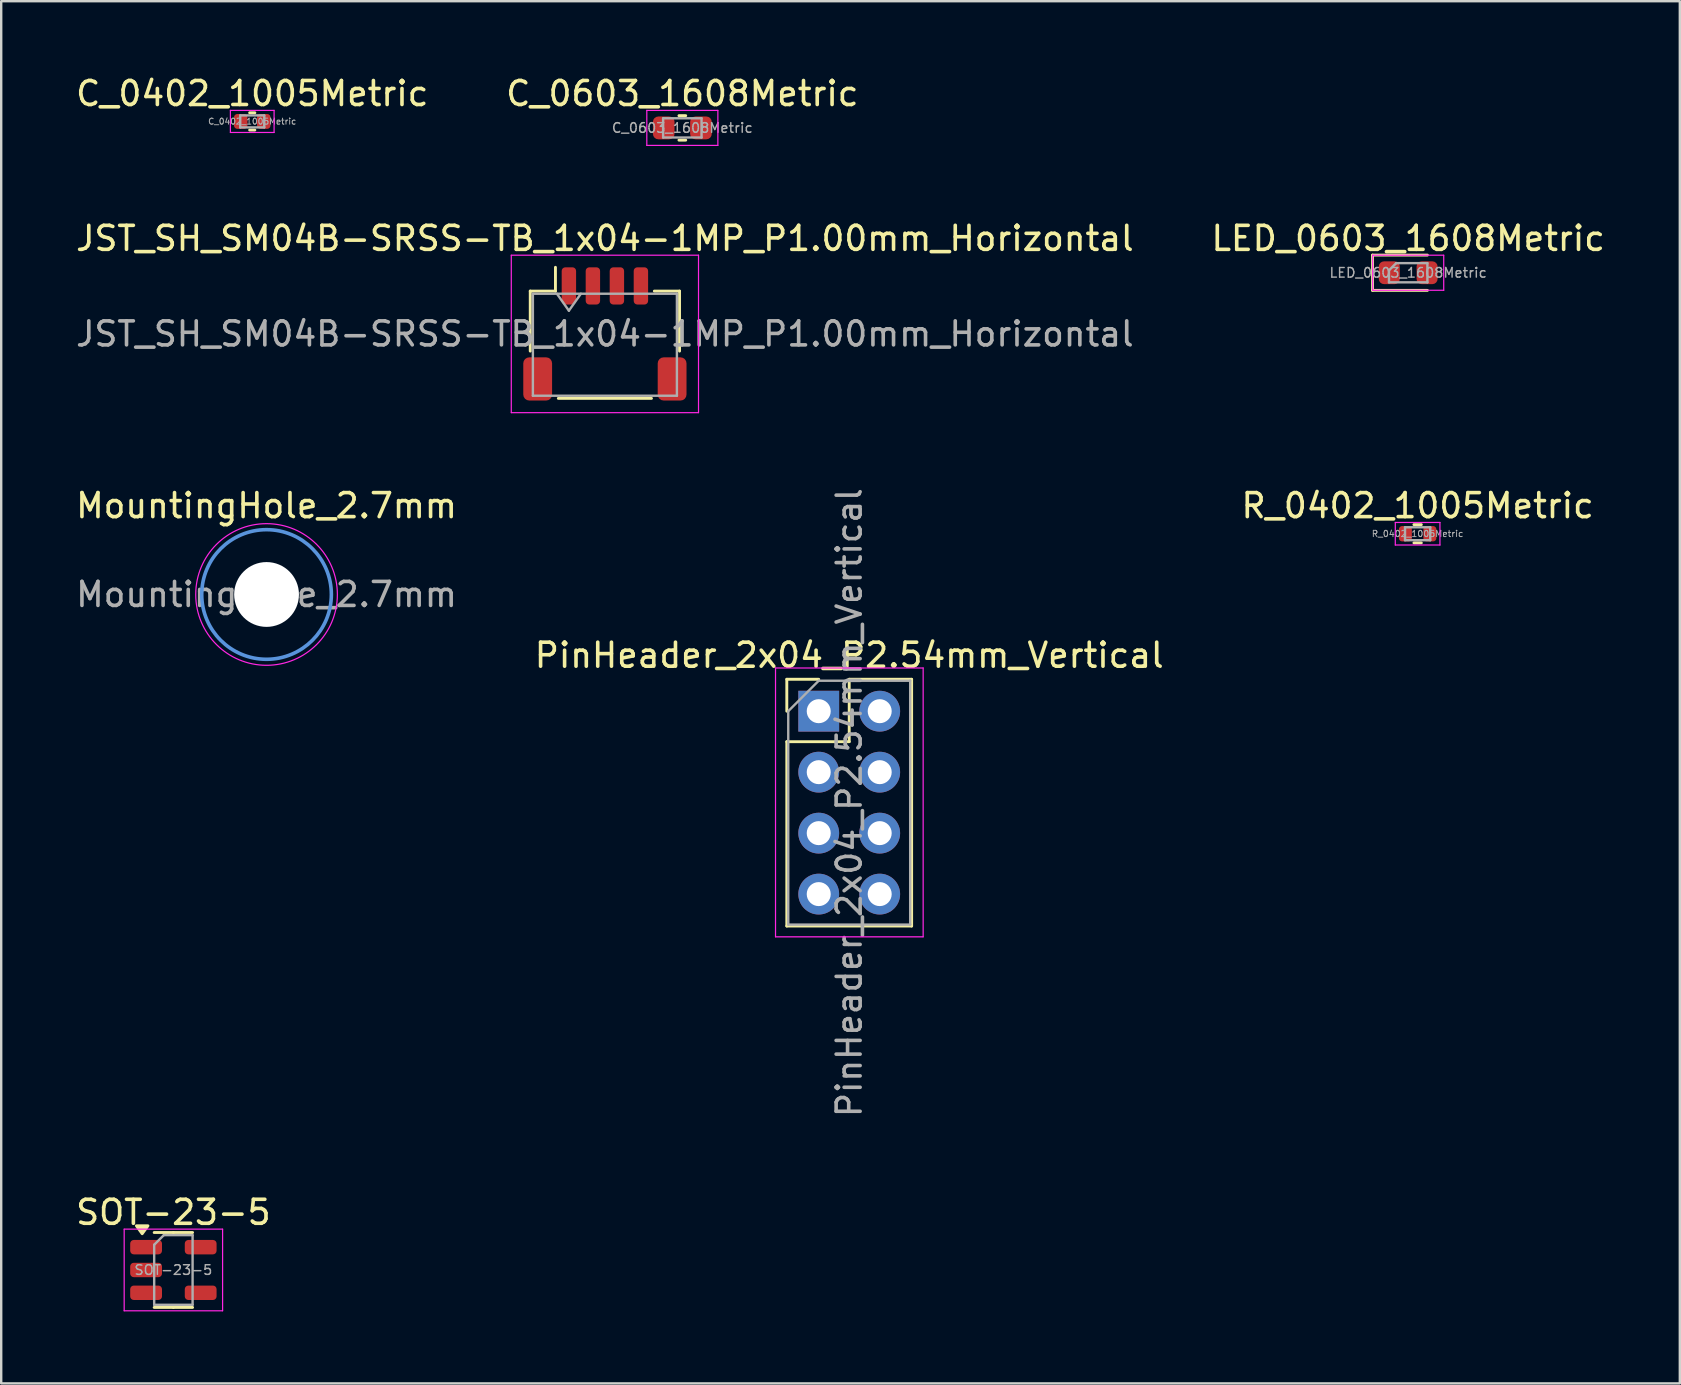
<source format=kicad_pcb>
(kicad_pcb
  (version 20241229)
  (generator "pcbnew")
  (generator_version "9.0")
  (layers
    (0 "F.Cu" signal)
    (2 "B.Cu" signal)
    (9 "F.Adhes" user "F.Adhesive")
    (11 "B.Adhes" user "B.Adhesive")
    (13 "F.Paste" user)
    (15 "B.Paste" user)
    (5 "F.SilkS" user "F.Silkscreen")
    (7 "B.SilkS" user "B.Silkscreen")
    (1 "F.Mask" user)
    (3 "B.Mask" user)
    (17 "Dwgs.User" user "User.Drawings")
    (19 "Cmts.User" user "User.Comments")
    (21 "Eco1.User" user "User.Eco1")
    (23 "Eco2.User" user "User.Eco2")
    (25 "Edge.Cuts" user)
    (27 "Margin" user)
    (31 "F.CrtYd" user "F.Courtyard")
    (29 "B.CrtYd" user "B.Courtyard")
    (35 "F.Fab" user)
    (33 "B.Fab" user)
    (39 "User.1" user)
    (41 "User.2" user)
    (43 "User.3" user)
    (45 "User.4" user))
  (footprint "LED_0603_1608Metric"
    (layer "F.Cu")
    (at 55.613 8.312)
    (property "Reference" "LED_0603_1608Metric" (at 0 -1.43 0) (layer "F.SilkS") (effects (font (size 1 1) (thickness 0.15))))
    (attr smd)
    (fp_line (start -1.485 -0.735) (end -1.485 0.735) (stroke (width 0.12) (type solid)) (layer "F.SilkS"))
    (fp_line (start -1.485 0.735) (end 0.8 0.735) (stroke (width 0.12) (type solid)) (layer "F.SilkS"))
    (fp_line (start 0.8 -0.735) (end -1.485 -0.735) (stroke (width 0.12) (type solid)) (layer "F.SilkS"))
    (fp_line (start -1.48 -0.73) (end 1.48 -0.73) (stroke (width 0.05) (type solid)) (layer "F.CrtYd"))
    (fp_line (start -1.48 0.73) (end -1.48 -0.73) (stroke (width 0.05) (type solid)) (layer "F.CrtYd"))
    (fp_line (start 1.48 -0.73) (end 1.48 0.73) (stroke (width 0.05) (type solid)) (layer "F.CrtYd"))
    (fp_line (start 1.48 0.73) (end -1.48 0.73) (stroke (width 0.05) (type solid)) (layer "F.CrtYd"))
    (fp_line (start -0.8 -0.1) (end -0.8 0.4) (stroke (width 0.1) (type solid)) (layer "F.Fab"))
    (fp_line (start -0.8 0.4) (end 0.8 0.4) (stroke (width 0.1) (type solid)) (layer "F.Fab"))
    (fp_line (start -0.5 -0.4) (end -0.8 -0.1) (stroke (width 0.1) (type solid)) (layer "F.Fab"))
    (fp_line (start 0.8 -0.4) (end -0.5 -0.4) (stroke (width 0.1) (type solid)) (layer "F.Fab"))
    (fp_line (start 0.8 0.4) (end 0.8 -0.4) (stroke (width 0.1) (type solid)) (layer "F.Fab"))
    (fp_text user "${REFERENCE}" (at 0 0 0) (layer "F.Fab") (effects (font (size 0.4 0.4) (thickness 0.06))))
    (pad "1" smd roundrect (at -0.787 0) (size 0.875 0.95) (layers "F.Cu" "F.Mask" "F.Paste") (roundrect_rratio 0.25))
    (pad "2" smd roundrect (at 0.787 0) (size 0.875 0.95) (layers "F.Cu" "F.Mask" "F.Paste") (roundrect_rratio 0.25)))
  (footprint "C_0603_1608Metric"
    (layer "F.Cu")
    (at 25.375 2.278)
    (property "Reference" "C_0603_1608Metric" (at 0 -1.43 180) (layer "F.SilkS") (effects (font (size 1 1) (thickness 0.15))))
    (attr smd)
    (fp_line (start -0.141 -0.51) (end 0.141 -0.51) (stroke (width 0.12) (type solid)) (layer "F.SilkS"))
    (fp_line (start -0.141 0.51) (end 0.141 0.51) (stroke (width 0.12) (type solid)) (layer "F.SilkS"))
    (fp_line (start -1.48 -0.73) (end 1.48 -0.73) (stroke (width 0.05) (type solid)) (layer "F.CrtYd"))
    (fp_line (start -1.48 0.73) (end -1.48 -0.73) (stroke (width 0.05) (type solid)) (layer "F.CrtYd"))
    (fp_line (start 1.48 -0.73) (end 1.48 0.73) (stroke (width 0.05) (type solid)) (layer "F.CrtYd"))
    (fp_line (start 1.48 0.73) (end -1.48 0.73) (stroke (width 0.05) (type solid)) (layer "F.CrtYd"))
    (fp_line (start -0.8 -0.4) (end 0.8 -0.4) (stroke (width 0.1) (type solid)) (layer "F.Fab"))
    (fp_line (start -0.8 0.4) (end -0.8 -0.4) (stroke (width 0.1) (type solid)) (layer "F.Fab"))
    (fp_line (start 0.8 -0.4) (end 0.8 0.4) (stroke (width 0.1) (type solid)) (layer "F.Fab"))
    (fp_line (start 0.8 0.4) (end -0.8 0.4) (stroke (width 0.1) (type solid)) (layer "F.Fab"))
    (fp_text user "${REFERENCE}" (at 0 0 180) (layer "F.Fab") (effects (font (size 0.4 0.4) (thickness 0.06))))
    (pad "1" smd roundrect (at -0.775 0) (size 0.9 0.95) (layers "F.Cu" "F.Mask" "F.Paste") (roundrect_rratio 0.25))
    (pad "2" smd roundrect (at 0.775 0) (size 0.9 0.95) (layers "F.Cu" "F.Mask" "F.Paste") (roundrect_rratio 0.25)))
  (footprint "R_0402_1005Metric"
    (layer "F.Cu")
    (at 56.006 19.185)
    (property "Reference" "R_0402_1005Metric" (at 0 -1.17 0) (layer "F.SilkS") (effects (font (size 1 1) (thickness 0.15))))
    (attr smd)
    (fp_line (start -0.154 -0.38) (end 0.154 -0.38) (stroke (width 0.12) (type solid)) (layer "F.SilkS"))
    (fp_line (start -0.154 0.38) (end 0.154 0.38) (stroke (width 0.12) (type solid)) (layer "F.SilkS"))
    (fp_line (start -0.93 -0.47) (end 0.93 -0.47) (stroke (width 0.05) (type solid)) (layer "F.CrtYd"))
    (fp_line (start -0.93 0.47) (end -0.93 -0.47) (stroke (width 0.05) (type solid)) (layer "F.CrtYd"))
    (fp_line (start 0.93 -0.47) (end 0.93 0.47) (stroke (width 0.05) (type solid)) (layer "F.CrtYd"))
    (fp_line (start 0.93 0.47) (end -0.93 0.47) (stroke (width 0.05) (type solid)) (layer "F.CrtYd"))
    (fp_line (start -0.525 -0.27) (end 0.525 -0.27) (stroke (width 0.1) (type solid)) (layer "F.Fab"))
    (fp_line (start -0.525 0.27) (end -0.525 -0.27) (stroke (width 0.1) (type solid)) (layer "F.Fab"))
    (fp_line (start 0.525 -0.27) (end 0.525 0.27) (stroke (width 0.1) (type solid)) (layer "F.Fab"))
    (fp_line (start 0.525 0.27) (end -0.525 0.27) (stroke (width 0.1) (type solid)) (layer "F.Fab"))
    (fp_text user "${REFERENCE}" (at 0 0 0) (layer "F.Fab") (effects (font (size 0.26 0.26) (thickness 0.04))))
    (pad "1" smd roundrect (at -0.51 0) (size 0.54 0.64) (layers "F.Cu" "F.Mask" "F.Paste") (roundrect_rratio 0.25))
    (pad "2" smd roundrect (at 0.51 0) (size 0.54 0.64) (layers "F.Cu" "F.Mask" "F.Paste") (roundrect_rratio 0.25)))
  (footprint "SOT-23-5"
    (layer "F.Cu")
    (at 4.173 49.855)
    (property "Reference" "SOT-23-5" (at 0 -2.4 0) (layer "F.SilkS") (effects (font (size 1 1) (thickness 0.15))))
    (attr smd)
    (fp_line (start 0 -1.56) (end -0.8 -1.56) (stroke (width 0.12) (type solid)) (layer "F.SilkS"))
    (fp_line (start 0 -1.56) (end 0.8 -1.56) (stroke (width 0.12) (type solid)) (layer "F.SilkS"))
    (fp_line (start 0 1.56) (end -0.8 1.56) (stroke (width 0.12) (type solid)) (layer "F.SilkS"))
    (fp_line (start 0 1.56) (end 0.8 1.56) (stroke (width 0.12) (type solid)) (layer "F.SilkS"))
    (fp_poly (pts (xy -1.3 -1.51) (xy -1.54 -1.84) (xy -1.06 -1.84) (xy -1.3 -1.51)) (stroke (width 0.12) (type solid)) (fill yes) (layer "F.SilkS"))
    (fp_line (start -2.05 -1.7) (end -2.05 1.7) (stroke (width 0.05) (type solid)) (layer "F.CrtYd"))
    (fp_line (start -2.05 1.7) (end 2.05 1.7) (stroke (width 0.05) (type solid)) (layer "F.CrtYd"))
    (fp_line (start 2.05 -1.7) (end -2.05 -1.7) (stroke (width 0.05) (type solid)) (layer "F.CrtYd"))
    (fp_line (start 2.05 1.7) (end 2.05 -1.7) (stroke (width 0.05) (type solid)) (layer "F.CrtYd"))
    (fp_line (start -0.8 -1.05) (end -0.4 -1.45) (stroke (width 0.1) (type solid)) (layer "F.Fab"))
    (fp_line (start -0.8 1.45) (end -0.8 -1.05) (stroke (width 0.1) (type solid)) (layer "F.Fab"))
    (fp_line (start -0.4 -1.45) (end 0.8 -1.45) (stroke (width 0.1) (type solid)) (layer "F.Fab"))
    (fp_line (start 0.8 -1.45) (end 0.8 1.45) (stroke (width 0.1) (type solid)) (layer "F.Fab"))
    (fp_line (start 0.8 1.45) (end -0.8 1.45) (stroke (width 0.1) (type solid)) (layer "F.Fab"))
    (fp_text user "${REFERENCE}" (at 0 0 0) (layer "F.Fab") (effects (font (size 0.4 0.4) (thickness 0.06))))
    (pad "1" smd roundrect (at -1.137 -0.95) (size 1.325 0.6) (layers "F.Cu" "F.Mask" "F.Paste") (roundrect_rratio 0.25))
    (pad "2" smd roundrect (at -1.137 0) (size 1.325 0.6) (layers "F.Cu" "F.Mask" "F.Paste") (roundrect_rratio 0.25))
    (pad "3" smd roundrect (at -1.137 0.95) (size 1.325 0.6) (layers "F.Cu" "F.Mask" "F.Paste") (roundrect_rratio 0.25))
    (pad "4" smd roundrect (at 1.137 0.95) (size 1.325 0.6) (layers "F.Cu" "F.Mask" "F.Paste") (roundrect_rratio 0.25))
    (pad "5" smd roundrect (at 1.137 -0.95) (size 1.325 0.6) (layers "F.Cu" "F.Mask" "F.Paste") (roundrect_rratio 0.25)))
  (footprint "JST_SH_SM04B-SRSS-TB_1x04-1MP_P1.00mm_Horizontal"
    (layer "F.Cu")
    (at 22.149 10.861)
    (property "Reference" "JST_SH_SM04B-SRSS-TB_1x04-1MP_P1.00mm_Horizontal" (at 0 -3.98 180) (layer "F.SilkS") (effects (font (size 1 1) (thickness 0.15))))
    (attr smd)
    (fp_line (start -3.11 -1.785) (end -2.06 -1.785) (stroke (width 0.12) (type solid)) (layer "F.SilkS"))
    (fp_line (start -3.11 0.715) (end -3.11 -1.785) (stroke (width 0.12) (type solid)) (layer "F.SilkS"))
    (fp_line (start -2.06 -1.785) (end -2.06 -2.775) (stroke (width 0.12) (type solid)) (layer "F.SilkS"))
    (fp_line (start -1.94 2.685) (end 1.94 2.685) (stroke (width 0.12) (type solid)) (layer "F.SilkS"))
    (fp_line (start 3.11 -1.785) (end 2.06 -1.785) (stroke (width 0.12) (type solid)) (layer "F.SilkS"))
    (fp_line (start 3.11 0.715) (end 3.11 -1.785) (stroke (width 0.12) (type solid)) (layer "F.SilkS"))
    (fp_line (start -3.9 -3.28) (end -3.9 3.28) (stroke (width 0.05) (type solid)) (layer "F.CrtYd"))
    (fp_line (start -3.9 3.28) (end 3.9 3.28) (stroke (width 0.05) (type solid)) (layer "F.CrtYd"))
    (fp_line (start 3.9 -3.28) (end -3.9 -3.28) (stroke (width 0.05) (type solid)) (layer "F.CrtYd"))
    (fp_line (start 3.9 3.28) (end 3.9 -3.28) (stroke (width 0.05) (type solid)) (layer "F.CrtYd"))
    (fp_line (start -3 -1.675) (end -3 2.575) (stroke (width 0.1) (type solid)) (layer "F.Fab"))
    (fp_line (start -3 -1.675) (end 3 -1.675) (stroke (width 0.1) (type solid)) (layer "F.Fab"))
    (fp_line (start -3 2.575) (end 3 2.575) (stroke (width 0.1) (type solid)) (layer "F.Fab"))
    (fp_line (start -2 -1.675) (end -1.5 -0.968) (stroke (width 0.1) (type solid)) (layer "F.Fab"))
    (fp_line (start -1.5 -0.968) (end -1 -1.675) (stroke (width 0.1) (type solid)) (layer "F.Fab"))
    (fp_line (start 3 -1.675) (end 3 2.575) (stroke (width 0.1) (type solid)) (layer "F.Fab"))
    (fp_text user "${REFERENCE}" (at 0 0 180) (layer "F.Fab") (effects (font (size 1 1) (thickness 0.15))))
    (pad "1" smd roundrect (at -1.5 -2) (size 0.6 1.55) (layers "F.Cu" "F.Mask" "F.Paste") (roundrect_rratio 0.25))
    (pad "2" smd roundrect (at -0.5 -2) (size 0.6 1.55) (layers "F.Cu" "F.Mask" "F.Paste") (roundrect_rratio 0.25))
    (pad "3" smd roundrect (at 0.5 -2) (size 0.6 1.55) (layers "F.Cu" "F.Mask" "F.Paste") (roundrect_rratio 0.25))
    (pad "4" smd roundrect (at 1.5 -2) (size 0.6 1.55) (layers "F.Cu" "F.Mask" "F.Paste") (roundrect_rratio 0.25))
    (pad "MP" smd roundrect (at -2.8 1.875) (size 1.2 1.8) (layers "F.Cu" "F.Mask" "F.Paste") (roundrect_rratio 0.208))
    (pad "MP" smd roundrect (at 2.8 1.875) (size 1.2 1.8) (layers "F.Cu" "F.Mask" "F.Paste") (roundrect_rratio 0.208)))
  (footprint "MountingHole_2.7mm"
    (layer "F.Cu")
    (at 8.054 21.715)
    (property "Reference" "MountingHole_2.7mm" (at 0 -3.7 0) (layer "F.SilkS") (effects (font (size 1 1) (thickness 0.15))))
    (attr exclude_from_pos_files)
    (fp_circle (center 0 0) (end 2.7 0) (stroke (width 0.15) (type solid)) (fill no) (layer "Cmts.User"))
    (fp_circle (center 0 0) (end 2.95 0) (stroke (width 0.05) (type solid)) (fill no) (layer "F.CrtYd"))
    (fp_text user "${REFERENCE}" (at 0 0 0) (layer "F.Fab") (effects (font (size 1 1) (thickness 0.15))))
    (pad "" np_thru_hole circle (at 0 0) (size 2.7 2.7) (drill 2.7) (layers "*.Cu" "*.Mask")))
  (footprint "C_0402_1005Metric"
    (layer "F.Cu")
    (at 7.458 2.008)
    (property "Reference" "C_0402_1005Metric" (at 0 -1.16 180) (layer "F.SilkS") (effects (font (size 1 1) (thickness 0.15))))
    (attr smd)
    (fp_line (start -0.108 -0.36) (end 0.108 -0.36) (stroke (width 0.12) (type solid)) (layer "F.SilkS"))
    (fp_line (start -0.108 0.36) (end 0.108 0.36) (stroke (width 0.12) (type solid)) (layer "F.SilkS"))
    (fp_line (start -0.91 -0.46) (end 0.91 -0.46) (stroke (width 0.05) (type solid)) (layer "F.CrtYd"))
    (fp_line (start -0.91 0.46) (end -0.91 -0.46) (stroke (width 0.05) (type solid)) (layer "F.CrtYd"))
    (fp_line (start 0.91 -0.46) (end 0.91 0.46) (stroke (width 0.05) (type solid)) (layer "F.CrtYd"))
    (fp_line (start 0.91 0.46) (end -0.91 0.46) (stroke (width 0.05) (type solid)) (layer "F.CrtYd"))
    (fp_line (start -0.5 -0.25) (end 0.5 -0.25) (stroke (width 0.1) (type solid)) (layer "F.Fab"))
    (fp_line (start -0.5 0.25) (end -0.5 -0.25) (stroke (width 0.1) (type solid)) (layer "F.Fab"))
    (fp_line (start 0.5 -0.25) (end 0.5 0.25) (stroke (width 0.1) (type solid)) (layer "F.Fab"))
    (fp_line (start 0.5 0.25) (end -0.5 0.25) (stroke (width 0.1) (type solid)) (layer "F.Fab"))
    (fp_text user "${REFERENCE}" (at 0 0 180) (layer "F.Fab") (effects (font (size 0.25 0.25) (thickness 0.04))))
    (pad "1" smd roundrect (at -0.48 0) (size 0.56 0.62) (layers "F.Cu" "F.Mask" "F.Paste") (roundrect_rratio 0.25))
    (pad "2" smd roundrect (at 0.48 0) (size 0.56 0.62) (layers "F.Cu" "F.Mask" "F.Paste") (roundrect_rratio 0.25)))
  (footprint "PinHeader_2x04_P2.54mm_Vertical"
    (layer "F.Cu")
    (at 31.057 26.577)
    (property "Reference" "PinHeader_2x04_P2.54mm_Vertical" (at 1.27 -2.33 180) (layer "F.SilkS") (effects (font (size 1 1) (thickness 0.15))))
    (attr through_hole)
    (fp_line (start -1.33 -1.33) (end 0 -1.33) (stroke (width 0.12) (type solid)) (layer "F.SilkS"))
    (fp_line (start -1.33 0) (end -1.33 -1.33) (stroke (width 0.12) (type solid)) (layer "F.SilkS"))
    (fp_line (start -1.33 1.27) (end -1.33 8.95) (stroke (width 0.12) (type solid)) (layer "F.SilkS"))
    (fp_line (start -1.33 1.27) (end 1.27 1.27) (stroke (width 0.12) (type solid)) (layer "F.SilkS"))
    (fp_line (start -1.33 8.95) (end 3.87 8.95) (stroke (width 0.12) (type solid)) (layer "F.SilkS"))
    (fp_line (start 1.27 -1.33) (end 3.87 -1.33) (stroke (width 0.12) (type solid)) (layer "F.SilkS"))
    (fp_line (start 1.27 1.27) (end 1.27 -1.33) (stroke (width 0.12) (type solid)) (layer "F.SilkS"))
    (fp_line (start 3.87 -1.33) (end 3.87 8.95) (stroke (width 0.12) (type solid)) (layer "F.SilkS"))
    (fp_line (start -1.8 -1.8) (end -1.8 9.4) (stroke (width 0.05) (type solid)) (layer "F.CrtYd"))
    (fp_line (start -1.8 9.4) (end 4.35 9.4) (stroke (width 0.05) (type solid)) (layer "F.CrtYd"))
    (fp_line (start 4.35 -1.8) (end -1.8 -1.8) (stroke (width 0.05) (type solid)) (layer "F.CrtYd"))
    (fp_line (start 4.35 9.4) (end 4.35 -1.8) (stroke (width 0.05) (type solid)) (layer "F.CrtYd"))
    (fp_line (start -1.27 0) (end 0 -1.27) (stroke (width 0.1) (type solid)) (layer "F.Fab"))
    (fp_line (start -1.27 8.89) (end -1.27 0) (stroke (width 0.1) (type solid)) (layer "F.Fab"))
    (fp_line (start 0 -1.27) (end 3.81 -1.27) (stroke (width 0.1) (type solid)) (layer "F.Fab"))
    (fp_line (start 3.81 -1.27) (end 3.81 8.89) (stroke (width 0.1) (type solid)) (layer "F.Fab"))
    (fp_line (start 3.81 8.89) (end -1.27 8.89) (stroke (width 0.1) (type solid)) (layer "F.Fab"))
    (fp_text user "${REFERENCE}" (at 1.27 3.81 270) (layer "F.Fab") (effects (font (size 1 1) (thickness 0.15))))
    (pad "1" thru_hole rect (at 0 0) (size 1.7 1.7) (drill 1) (layers "*.Cu" "*.Mask"))
    (pad "2" thru_hole oval (at 2.54 0) (size 1.7 1.7) (drill 1) (layers "*.Cu" "*.Mask"))
    (pad "3" thru_hole oval (at 0 2.54) (size 1.7 1.7) (drill 1) (layers "*.Cu" "*.Mask"))
    (pad "4" thru_hole oval (at 2.54 2.54) (size 1.7 1.7) (drill 1) (layers "*.Cu" "*.Mask"))
    (pad "5" thru_hole oval (at 0 5.08) (size 1.7 1.7) (drill 1) (layers "*.Cu" "*.Mask"))
    (pad "6" thru_hole oval (at 2.54 5.08) (size 1.7 1.7) (drill 1) (layers "*.Cu" "*.Mask"))
    (pad "7" thru_hole oval (at 0 7.62) (size 1.7 1.7) (drill 1) (layers "*.Cu" "*.Mask"))
    (pad "8" thru_hole oval (at 2.54 7.62) (size 1.7 1.7) (drill 1) (layers "*.Cu" "*.Mask")))
  (gr_rect
    (start -3 -3)
    (end 66.929 54.58)
    (stroke (width 0.1) (type default))
    (fill no)
    (layer "Edge.Cuts")))
</source>
